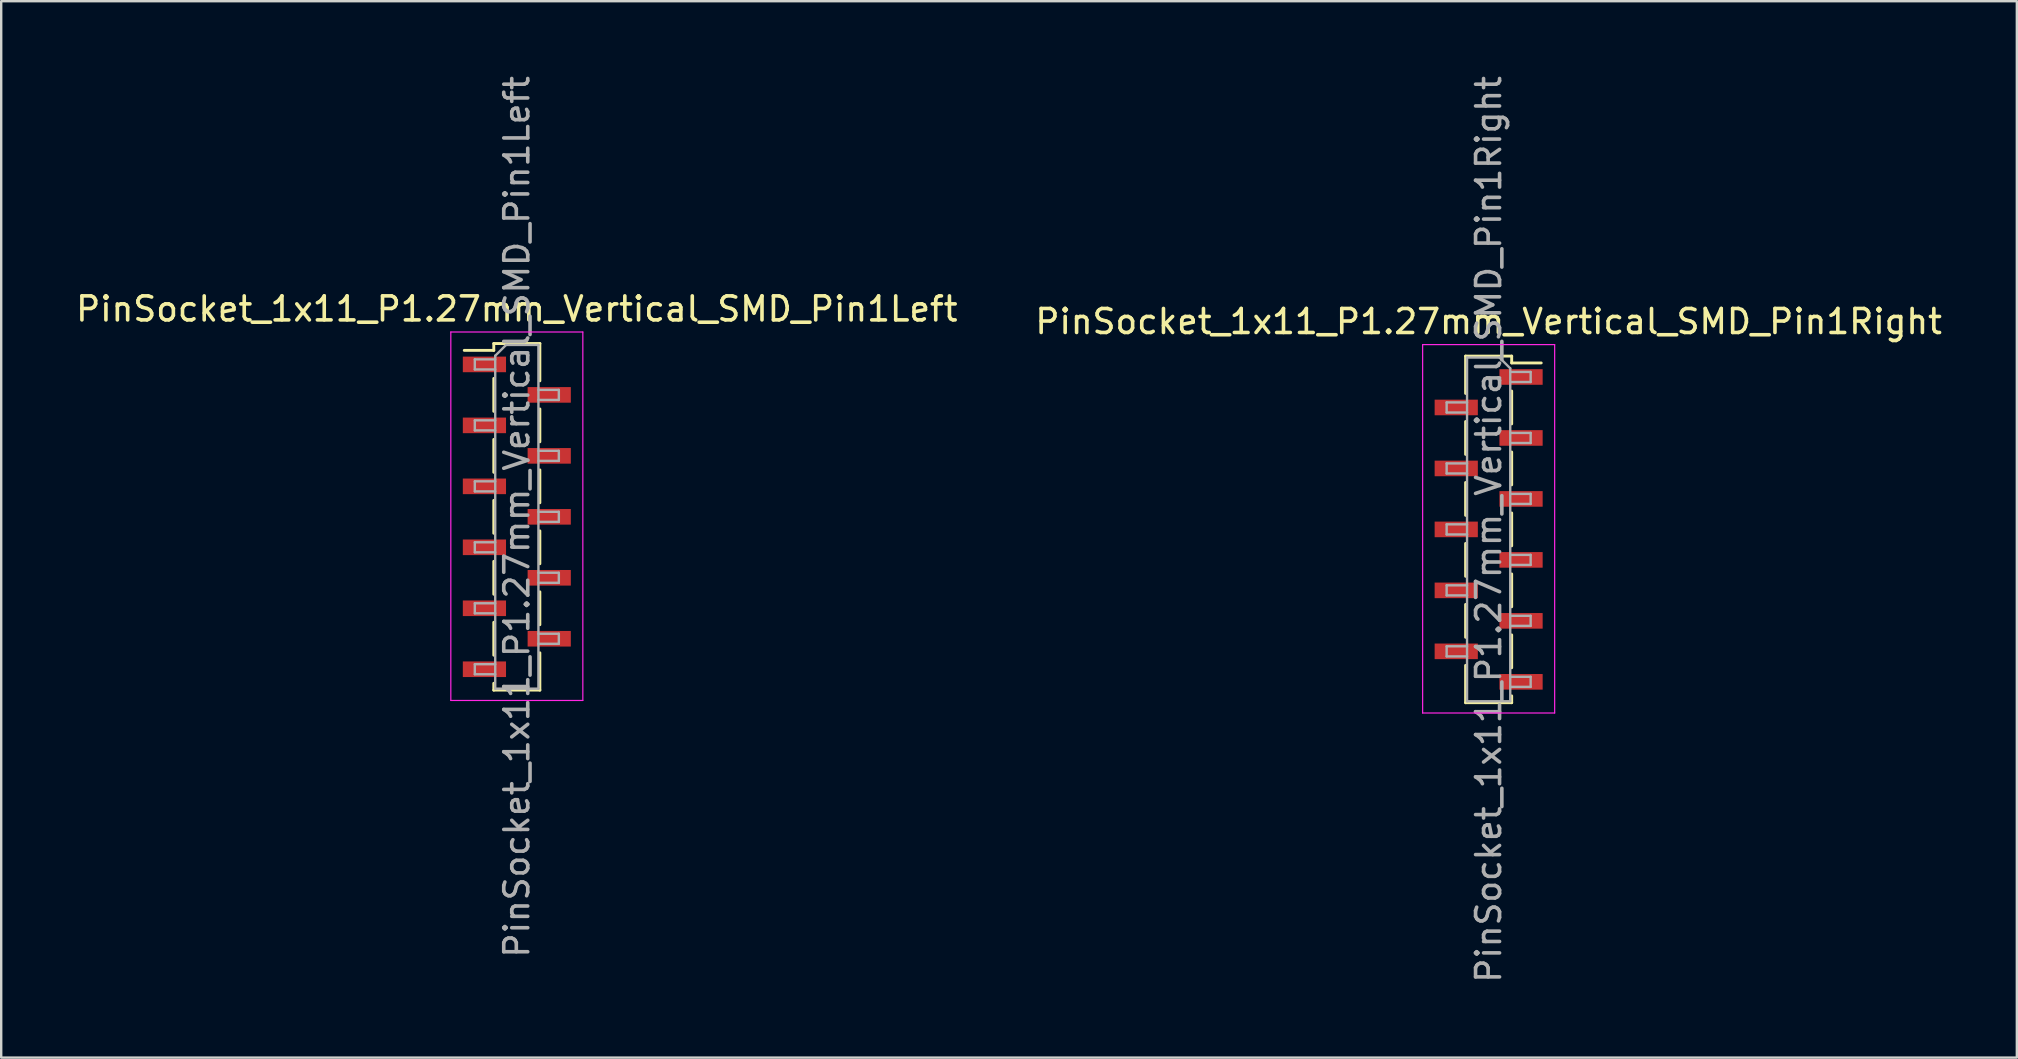
<source format=kicad_pcb>
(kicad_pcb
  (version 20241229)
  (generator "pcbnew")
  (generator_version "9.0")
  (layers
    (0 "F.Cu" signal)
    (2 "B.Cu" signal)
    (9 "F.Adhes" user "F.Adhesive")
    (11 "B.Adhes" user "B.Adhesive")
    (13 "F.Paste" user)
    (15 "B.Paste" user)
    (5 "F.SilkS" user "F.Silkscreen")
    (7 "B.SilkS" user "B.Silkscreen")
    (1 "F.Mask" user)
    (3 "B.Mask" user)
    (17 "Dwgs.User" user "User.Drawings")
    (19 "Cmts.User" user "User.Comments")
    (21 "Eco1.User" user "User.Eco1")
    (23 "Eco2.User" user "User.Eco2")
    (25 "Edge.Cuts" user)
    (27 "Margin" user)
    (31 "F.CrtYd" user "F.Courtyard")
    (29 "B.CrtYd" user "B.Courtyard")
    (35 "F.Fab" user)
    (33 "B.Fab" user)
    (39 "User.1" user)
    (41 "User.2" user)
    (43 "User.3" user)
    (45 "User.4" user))
  (footprint "PinSocket_1x11_P1.27mm_Vertical_SMD_Pin1Right"
    (layer "F.Cu")
    (at 58.97 19.006)
    (property "Reference" "PinSocket_1x11_P1.27mm_Vertical_SMD_Pin1Right" (at 0 -8.66 0) (layer "F.SilkS") (effects (font (size 1 1) (thickness 0.15))))
    (attr smd)
    (fp_line (start -0.96 -7.22) (end -0.96 -5.665) (stroke (width 0.12) (type solid)) (layer "F.SilkS"))
    (fp_line (start -0.96 -7.22) (end 0.96 -7.22) (stroke (width 0.12) (type solid)) (layer "F.SilkS"))
    (fp_line (start -0.96 -4.495) (end -0.96 -3.125) (stroke (width 0.12) (type solid)) (layer "F.SilkS"))
    (fp_line (start -0.96 -1.955) (end -0.96 -0.585) (stroke (width 0.12) (type solid)) (layer "F.SilkS"))
    (fp_line (start -0.96 0.585) (end -0.96 1.955) (stroke (width 0.12) (type solid)) (layer "F.SilkS"))
    (fp_line (start -0.96 3.125) (end -0.96 4.495) (stroke (width 0.12) (type solid)) (layer "F.SilkS"))
    (fp_line (start -0.96 5.665) (end -0.96 7.22) (stroke (width 0.12) (type solid)) (layer "F.SilkS"))
    (fp_line (start -0.96 7.22) (end 0.96 7.22) (stroke (width 0.12) (type solid)) (layer "F.SilkS"))
    (fp_line (start 0.96 -7.22) (end 0.96 -6.935) (stroke (width 0.12) (type solid)) (layer "F.SilkS"))
    (fp_line (start 0.96 -6.935) (end 2.19 -6.935) (stroke (width 0.12) (type solid)) (layer "F.SilkS"))
    (fp_line (start 0.96 -5.765) (end 0.96 -4.395) (stroke (width 0.12) (type solid)) (layer "F.SilkS"))
    (fp_line (start 0.96 -3.225) (end 0.96 -1.855) (stroke (width 0.12) (type solid)) (layer "F.SilkS"))
    (fp_line (start 0.96 -0.685) (end 0.96 0.685) (stroke (width 0.12) (type solid)) (layer "F.SilkS"))
    (fp_line (start 0.96 1.855) (end 0.96 3.225) (stroke (width 0.12) (type solid)) (layer "F.SilkS"))
    (fp_line (start 0.96 4.395) (end 0.96 5.765) (stroke (width 0.12) (type solid)) (layer "F.SilkS"))
    (fp_line (start 0.96 6.935) (end 0.96 7.22) (stroke (width 0.12) (type solid)) (layer "F.SilkS"))
    (fp_line (start -2.75 -7.7) (end 2.75 -7.7) (stroke (width 0.05) (type solid)) (layer "F.CrtYd"))
    (fp_line (start -2.75 7.65) (end -2.75 -7.7) (stroke (width 0.05) (type solid)) (layer "F.CrtYd"))
    (fp_line (start 2.75 -7.7) (end 2.75 7.65) (stroke (width 0.05) (type solid)) (layer "F.CrtYd"))
    (fp_line (start 2.75 7.65) (end -2.75 7.65) (stroke (width 0.05) (type solid)) (layer "F.CrtYd"))
    (fp_line (start -1.75 -5.29) (end -0.9 -5.29) (stroke (width 0.1) (type solid)) (layer "F.Fab"))
    (fp_line (start -1.75 -4.87) (end -1.75 -5.29) (stroke (width 0.1) (type solid)) (layer "F.Fab"))
    (fp_line (start -1.75 -2.75) (end -0.9 -2.75) (stroke (width 0.1) (type solid)) (layer "F.Fab"))
    (fp_line (start -1.75 -2.33) (end -1.75 -2.75) (stroke (width 0.1) (type solid)) (layer "F.Fab"))
    (fp_line (start -1.75 -0.21) (end -0.9 -0.21) (stroke (width 0.1) (type solid)) (layer "F.Fab"))
    (fp_line (start -1.75 0.21) (end -1.75 -0.21) (stroke (width 0.1) (type solid)) (layer "F.Fab"))
    (fp_line (start -1.75 2.33) (end -0.9 2.33) (stroke (width 0.1) (type solid)) (layer "F.Fab"))
    (fp_line (start -1.75 2.75) (end -1.75 2.33) (stroke (width 0.1) (type solid)) (layer "F.Fab"))
    (fp_line (start -1.75 4.87) (end -0.9 4.87) (stroke (width 0.1) (type solid)) (layer "F.Fab"))
    (fp_line (start -1.75 5.29) (end -1.75 4.87) (stroke (width 0.1) (type solid)) (layer "F.Fab"))
    (fp_line (start -0.9 -7.16) (end 0.45 -7.16) (stroke (width 0.1) (type solid)) (layer "F.Fab"))
    (fp_line (start -0.9 -4.87) (end -1.75 -4.87) (stroke (width 0.1) (type solid)) (layer "F.Fab"))
    (fp_line (start -0.9 -2.33) (end -1.75 -2.33) (stroke (width 0.1) (type solid)) (layer "F.Fab"))
    (fp_line (start -0.9 0.21) (end -1.75 0.21) (stroke (width 0.1) (type solid)) (layer "F.Fab"))
    (fp_line (start -0.9 2.75) (end -1.75 2.75) (stroke (width 0.1) (type solid)) (layer "F.Fab"))
    (fp_line (start -0.9 5.29) (end -1.75 5.29) (stroke (width 0.1) (type solid)) (layer "F.Fab"))
    (fp_line (start -0.9 7.16) (end -0.9 -7.16) (stroke (width 0.1) (type solid)) (layer "F.Fab"))
    (fp_line (start 0.45 -7.16) (end 0.9 -6.71) (stroke (width 0.1) (type solid)) (layer "F.Fab"))
    (fp_line (start 0.9 -6.71) (end 0.9 7.16) (stroke (width 0.1) (type solid)) (layer "F.Fab"))
    (fp_line (start 0.9 -6.56) (end 1.75 -6.56) (stroke (width 0.1) (type solid)) (layer "F.Fab"))
    (fp_line (start 0.9 -4.02) (end 1.75 -4.02) (stroke (width 0.1) (type solid)) (layer "F.Fab"))
    (fp_line (start 0.9 -1.48) (end 1.75 -1.48) (stroke (width 0.1) (type solid)) (layer "F.Fab"))
    (fp_line (start 0.9 1.06) (end 1.75 1.06) (stroke (width 0.1) (type solid)) (layer "F.Fab"))
    (fp_line (start 0.9 3.6) (end 1.75 3.6) (stroke (width 0.1) (type solid)) (layer "F.Fab"))
    (fp_line (start 0.9 6.14) (end 1.75 6.14) (stroke (width 0.1) (type solid)) (layer "F.Fab"))
    (fp_line (start 0.9 7.16) (end -0.9 7.16) (stroke (width 0.1) (type solid)) (layer "F.Fab"))
    (fp_line (start 1.75 -6.56) (end 1.75 -6.14) (stroke (width 0.1) (type solid)) (layer "F.Fab"))
    (fp_line (start 1.75 -6.14) (end 0.9 -6.14) (stroke (width 0.1) (type solid)) (layer "F.Fab"))
    (fp_line (start 1.75 -4.02) (end 1.75 -3.6) (stroke (width 0.1) (type solid)) (layer "F.Fab"))
    (fp_line (start 1.75 -3.6) (end 0.9 -3.6) (stroke (width 0.1) (type solid)) (layer "F.Fab"))
    (fp_line (start 1.75 -1.48) (end 1.75 -1.06) (stroke (width 0.1) (type solid)) (layer "F.Fab"))
    (fp_line (start 1.75 -1.06) (end 0.9 -1.06) (stroke (width 0.1) (type solid)) (layer "F.Fab"))
    (fp_line (start 1.75 1.06) (end 1.75 1.48) (stroke (width 0.1) (type solid)) (layer "F.Fab"))
    (fp_line (start 1.75 1.48) (end 0.9 1.48) (stroke (width 0.1) (type solid)) (layer "F.Fab"))
    (fp_line (start 1.75 3.6) (end 1.75 4.02) (stroke (width 0.1) (type solid)) (layer "F.Fab"))
    (fp_line (start 1.75 4.02) (end 0.9 4.02) (stroke (width 0.1) (type solid)) (layer "F.Fab"))
    (fp_line (start 1.75 6.14) (end 1.75 6.56) (stroke (width 0.1) (type solid)) (layer "F.Fab"))
    (fp_line (start 1.75 6.56) (end 0.9 6.56) (stroke (width 0.1) (type solid)) (layer "F.Fab"))
    (fp_text user "${REFERENCE}" (at 0 0 90) (layer "F.Fab") (effects (font (size 1 1) (thickness 0.15))))
    (pad "1" smd rect (at 1.35 -6.35) (size 1.8 0.65) (layers "F.Cu" "F.Mask" "F.Paste"))
    (pad "2" smd rect (at -1.35 -5.08) (size 1.8 0.65) (layers "F.Cu" "F.Mask" "F.Paste"))
    (pad "3" smd rect (at 1.35 -3.81) (size 1.8 0.65) (layers "F.Cu" "F.Mask" "F.Paste"))
    (pad "4" smd rect (at -1.35 -2.54) (size 1.8 0.65) (layers "F.Cu" "F.Mask" "F.Paste"))
    (pad "5" smd rect (at 1.35 -1.27) (size 1.8 0.65) (layers "F.Cu" "F.Mask" "F.Paste"))
    (pad "6" smd rect (at -1.35 0) (size 1.8 0.65) (layers "F.Cu" "F.Mask" "F.Paste"))
    (pad "7" smd rect (at 1.35 1.27) (size 1.8 0.65) (layers "F.Cu" "F.Mask" "F.Paste"))
    (pad "8" smd rect (at -1.35 2.54) (size 1.8 0.65) (layers "F.Cu" "F.Mask" "F.Paste"))
    (pad "9" smd rect (at 1.35 3.81) (size 1.8 0.65) (layers "F.Cu" "F.Mask" "F.Paste"))
    (pad "10" smd rect (at -1.35 5.08) (size 1.8 0.65) (layers "F.Cu" "F.Mask" "F.Paste"))
    (pad "11" smd rect (at 1.35 6.35) (size 1.8 0.65) (layers "F.Cu" "F.Mask" "F.Paste")))
  (footprint "PinSocket_1x11_P1.27mm_Vertical_SMD_Pin1Left"
    (layer "F.Cu")
    (at 18.482 18.482)
    (property "Reference" "PinSocket_1x11_P1.27mm_Vertical_SMD_Pin1Left" (at 0 -8.66 0) (layer "F.SilkS") (effects (font (size 1 1) (thickness 0.15))))
    (attr smd)
    (fp_line (start -2.19 -6.935) (end -0.96 -6.935) (stroke (width 0.12) (type solid)) (layer "F.SilkS"))
    (fp_line (start -0.96 -7.22) (end -0.96 -6.935) (stroke (width 0.12) (type solid)) (layer "F.SilkS"))
    (fp_line (start -0.96 -7.22) (end 0.96 -7.22) (stroke (width 0.12) (type solid)) (layer "F.SilkS"))
    (fp_line (start -0.96 -5.765) (end -0.96 -4.395) (stroke (width 0.12) (type solid)) (layer "F.SilkS"))
    (fp_line (start -0.96 -3.225) (end -0.96 -1.855) (stroke (width 0.12) (type solid)) (layer "F.SilkS"))
    (fp_line (start -0.96 -0.685) (end -0.96 0.685) (stroke (width 0.12) (type solid)) (layer "F.SilkS"))
    (fp_line (start -0.96 1.855) (end -0.96 3.225) (stroke (width 0.12) (type solid)) (layer "F.SilkS"))
    (fp_line (start -0.96 4.395) (end -0.96 5.765) (stroke (width 0.12) (type solid)) (layer "F.SilkS"))
    (fp_line (start -0.96 6.935) (end -0.96 7.22) (stroke (width 0.12) (type solid)) (layer "F.SilkS"))
    (fp_line (start -0.96 7.22) (end 0.96 7.22) (stroke (width 0.12) (type solid)) (layer "F.SilkS"))
    (fp_line (start 0.96 -7.22) (end 0.96 -5.665) (stroke (width 0.12) (type solid)) (layer "F.SilkS"))
    (fp_line (start 0.96 -4.495) (end 0.96 -3.125) (stroke (width 0.12) (type solid)) (layer "F.SilkS"))
    (fp_line (start 0.96 -1.955) (end 0.96 -0.585) (stroke (width 0.12) (type solid)) (layer "F.SilkS"))
    (fp_line (start 0.96 0.585) (end 0.96 1.955) (stroke (width 0.12) (type solid)) (layer "F.SilkS"))
    (fp_line (start 0.96 3.125) (end 0.96 4.495) (stroke (width 0.12) (type solid)) (layer "F.SilkS"))
    (fp_line (start 0.96 5.665) (end 0.96 7.22) (stroke (width 0.12) (type solid)) (layer "F.SilkS"))
    (fp_line (start -2.75 -7.7) (end 2.75 -7.7) (stroke (width 0.05) (type solid)) (layer "F.CrtYd"))
    (fp_line (start -2.75 7.65) (end -2.75 -7.7) (stroke (width 0.05) (type solid)) (layer "F.CrtYd"))
    (fp_line (start 2.75 -7.7) (end 2.75 7.65) (stroke (width 0.05) (type solid)) (layer "F.CrtYd"))
    (fp_line (start 2.75 7.65) (end -2.75 7.65) (stroke (width 0.05) (type solid)) (layer "F.CrtYd"))
    (fp_line (start -1.75 -6.56) (end -0.9 -6.56) (stroke (width 0.1) (type solid)) (layer "F.Fab"))
    (fp_line (start -1.75 -6.14) (end -1.75 -6.56) (stroke (width 0.1) (type solid)) (layer "F.Fab"))
    (fp_line (start -1.75 -4.02) (end -0.9 -4.02) (stroke (width 0.1) (type solid)) (layer "F.Fab"))
    (fp_line (start -1.75 -3.6) (end -1.75 -4.02) (stroke (width 0.1) (type solid)) (layer "F.Fab"))
    (fp_line (start -1.75 -1.48) (end -0.9 -1.48) (stroke (width 0.1) (type solid)) (layer "F.Fab"))
    (fp_line (start -1.75 -1.06) (end -1.75 -1.48) (stroke (width 0.1) (type solid)) (layer "F.Fab"))
    (fp_line (start -1.75 1.06) (end -0.9 1.06) (stroke (width 0.1) (type solid)) (layer "F.Fab"))
    (fp_line (start -1.75 1.48) (end -1.75 1.06) (stroke (width 0.1) (type solid)) (layer "F.Fab"))
    (fp_line (start -1.75 3.6) (end -0.9 3.6) (stroke (width 0.1) (type solid)) (layer "F.Fab"))
    (fp_line (start -1.75 4.02) (end -1.75 3.6) (stroke (width 0.1) (type solid)) (layer "F.Fab"))
    (fp_line (start -1.75 6.14) (end -0.9 6.14) (stroke (width 0.1) (type solid)) (layer "F.Fab"))
    (fp_line (start -1.75 6.56) (end -1.75 6.14) (stroke (width 0.1) (type solid)) (layer "F.Fab"))
    (fp_line (start -0.9 -6.71) (end -0.45 -7.16) (stroke (width 0.1) (type solid)) (layer "F.Fab"))
    (fp_line (start -0.9 -6.14) (end -1.75 -6.14) (stroke (width 0.1) (type solid)) (layer "F.Fab"))
    (fp_line (start -0.9 -3.6) (end -1.75 -3.6) (stroke (width 0.1) (type solid)) (layer "F.Fab"))
    (fp_line (start -0.9 -1.06) (end -1.75 -1.06) (stroke (width 0.1) (type solid)) (layer "F.Fab"))
    (fp_line (start -0.9 1.48) (end -1.75 1.48) (stroke (width 0.1) (type solid)) (layer "F.Fab"))
    (fp_line (start -0.9 4.02) (end -1.75 4.02) (stroke (width 0.1) (type solid)) (layer "F.Fab"))
    (fp_line (start -0.9 6.56) (end -1.75 6.56) (stroke (width 0.1) (type solid)) (layer "F.Fab"))
    (fp_line (start -0.9 7.16) (end -0.9 -6.71) (stroke (width 0.1) (type solid)) (layer "F.Fab"))
    (fp_line (start -0.45 -7.16) (end 0.9 -7.16) (stroke (width 0.1) (type solid)) (layer "F.Fab"))
    (fp_line (start 0.9 -7.16) (end 0.9 7.16) (stroke (width 0.1) (type solid)) (layer "F.Fab"))
    (fp_line (start 0.9 -5.29) (end 1.75 -5.29) (stroke (width 0.1) (type solid)) (layer "F.Fab"))
    (fp_line (start 0.9 -2.75) (end 1.75 -2.75) (stroke (width 0.1) (type solid)) (layer "F.Fab"))
    (fp_line (start 0.9 -0.21) (end 1.75 -0.21) (stroke (width 0.1) (type solid)) (layer "F.Fab"))
    (fp_line (start 0.9 2.33) (end 1.75 2.33) (stroke (width 0.1) (type solid)) (layer "F.Fab"))
    (fp_line (start 0.9 4.87) (end 1.75 4.87) (stroke (width 0.1) (type solid)) (layer "F.Fab"))
    (fp_line (start 0.9 7.16) (end -0.9 7.16) (stroke (width 0.1) (type solid)) (layer "F.Fab"))
    (fp_line (start 1.75 -5.29) (end 1.75 -4.87) (stroke (width 0.1) (type solid)) (layer "F.Fab"))
    (fp_line (start 1.75 -4.87) (end 0.9 -4.87) (stroke (width 0.1) (type solid)) (layer "F.Fab"))
    (fp_line (start 1.75 -2.75) (end 1.75 -2.33) (stroke (width 0.1) (type solid)) (layer "F.Fab"))
    (fp_line (start 1.75 -2.33) (end 0.9 -2.33) (stroke (width 0.1) (type solid)) (layer "F.Fab"))
    (fp_line (start 1.75 -0.21) (end 1.75 0.21) (stroke (width 0.1) (type solid)) (layer "F.Fab"))
    (fp_line (start 1.75 0.21) (end 0.9 0.21) (stroke (width 0.1) (type solid)) (layer "F.Fab"))
    (fp_line (start 1.75 2.33) (end 1.75 2.75) (stroke (width 0.1) (type solid)) (layer "F.Fab"))
    (fp_line (start 1.75 2.75) (end 0.9 2.75) (stroke (width 0.1) (type solid)) (layer "F.Fab"))
    (fp_line (start 1.75 4.87) (end 1.75 5.29) (stroke (width 0.1) (type solid)) (layer "F.Fab"))
    (fp_line (start 1.75 5.29) (end 0.9 5.29) (stroke (width 0.1) (type solid)) (layer "F.Fab"))
    (fp_text user "${REFERENCE}" (at 0 0 90) (layer "F.Fab") (effects (font (size 1 1) (thickness 0.15))))
    (pad "1" smd rect (at -1.35 -6.35) (size 1.8 0.65) (layers "F.Cu" "F.Mask" "F.Paste"))
    (pad "2" smd rect (at 1.35 -5.08) (size 1.8 0.65) (layers "F.Cu" "F.Mask" "F.Paste"))
    (pad "3" smd rect (at -1.35 -3.81) (size 1.8 0.65) (layers "F.Cu" "F.Mask" "F.Paste"))
    (pad "4" smd rect (at 1.35 -2.54) (size 1.8 0.65) (layers "F.Cu" "F.Mask" "F.Paste"))
    (pad "5" smd rect (at -1.35 -1.27) (size 1.8 0.65) (layers "F.Cu" "F.Mask" "F.Paste"))
    (pad "6" smd rect (at 1.35 0) (size 1.8 0.65) (layers "F.Cu" "F.Mask" "F.Paste"))
    (pad "7" smd rect (at -1.35 1.27) (size 1.8 0.65) (layers "F.Cu" "F.Mask" "F.Paste"))
    (pad "8" smd rect (at 1.35 2.54) (size 1.8 0.65) (layers "F.Cu" "F.Mask" "F.Paste"))
    (pad "9" smd rect (at -1.35 3.81) (size 1.8 0.65) (layers "F.Cu" "F.Mask" "F.Paste"))
    (pad "10" smd rect (at 1.35 5.08) (size 1.8 0.65) (layers "F.Cu" "F.Mask" "F.Paste"))
    (pad "11" smd rect (at -1.35 6.35) (size 1.8 0.65) (layers "F.Cu" "F.Mask" "F.Paste")))
  (gr_rect
    (start -3 -3)
    (end 80.976 41.012)
    (stroke (width 0.1) (type default))
    (fill no)
    (layer "Edge.Cuts")))
</source>
